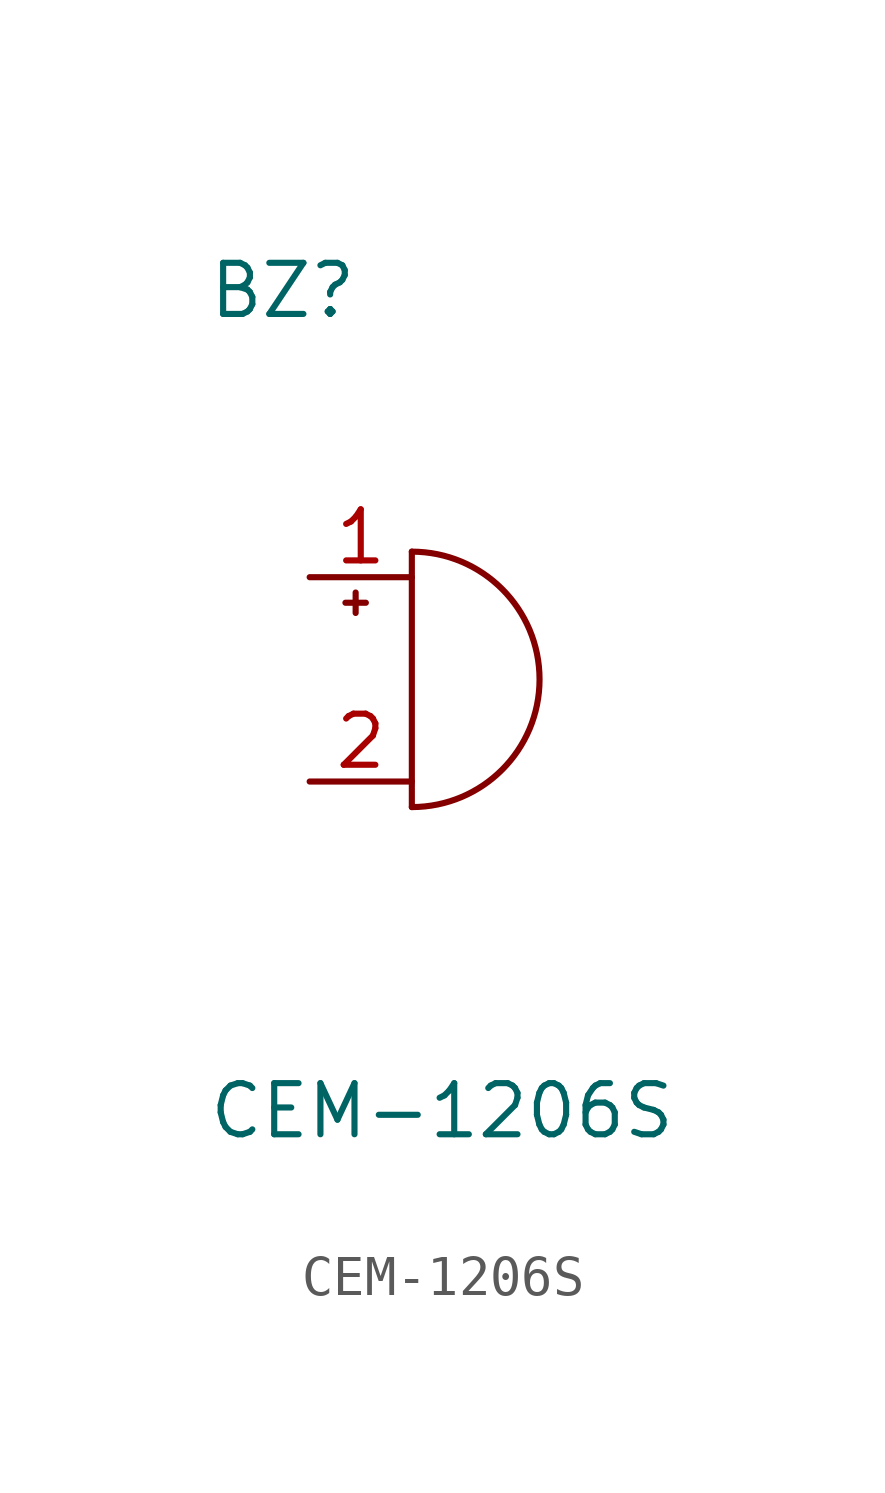
<source format=kicad_sym>
(kicad_symbol_lib
  (version 20231120)
  (generator "kicad_symbol_editor")
  (generator_version "8.0")
  (symbol "CEM-1206S"
    (pin_names
      (offset 1.016))
    (property "Reference" "BZ"
      (at -3.824 8.922 0)
      (effects (font (size 1.27 1.27)) (justify left bottom)))
    (property "Value" "CEM-1206S"
      (at -3.824 -11.472 0)
      (effects (font (size 1.27 1.27)) (justify left bottom)))
    (symbol "CEM-1206S_0_1"
      (polyline (pts (xy -0.381 1.905) (xy 0.127 1.905)) (stroke (width 0) (type default)) (fill (type none)))
      (polyline (pts (xy -0.127 2.159) (xy -0.127 1.651)) (stroke (width 0) (type default)) (fill (type none)))
      (polyline (pts (xy 1.27 3.175) (xy 1.27 -3.175)) (stroke (width 0) (type default)) (fill (type none)))
      (arc (start 1.27 -3.175) (mid 4.4312 0) (end 1.27 3.175) (stroke (width 0) (type default)) (fill (type none))))
    (symbol "CEM-1206S_1_1"
      (pin passive line (at -1.27 2.54 0) (length 2.54) (name "~" (effects (font (size 1.27 1.27)))) (number "1" (effects (font (size 1.27 1.27)))))
      (pin passive line (at -1.27 -2.54 0) (length 2.54) (name "~" (effects (font (size 1.27 1.27)))) (number "2" (effects (font (size 1.27 1.27))))))))
</source>
